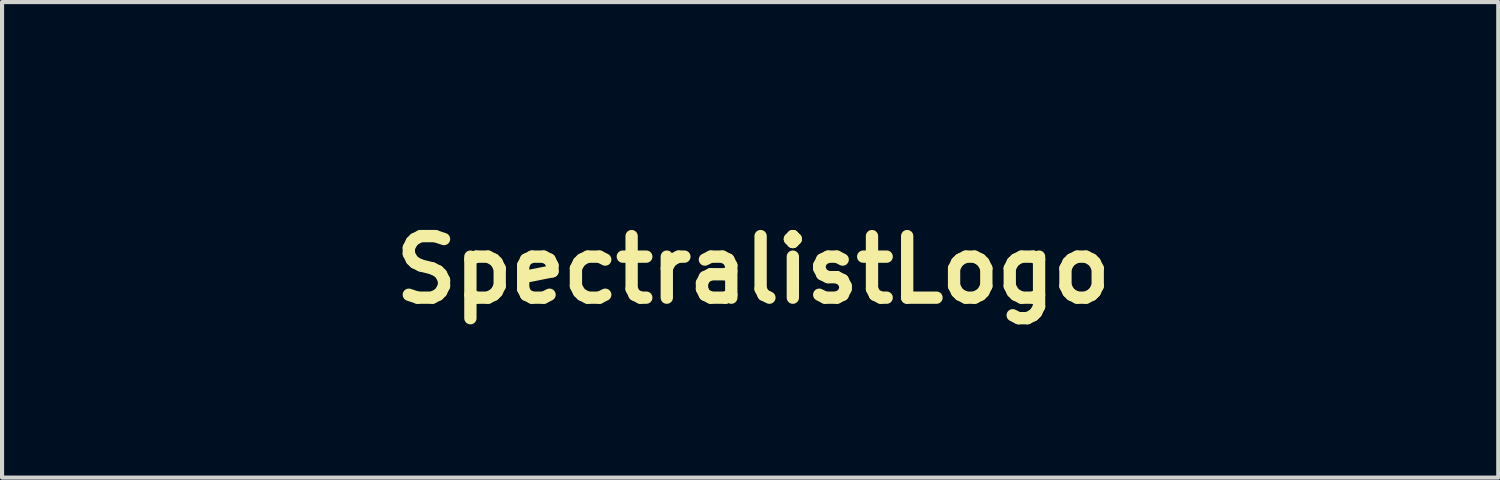
<source format=kicad_pcb>
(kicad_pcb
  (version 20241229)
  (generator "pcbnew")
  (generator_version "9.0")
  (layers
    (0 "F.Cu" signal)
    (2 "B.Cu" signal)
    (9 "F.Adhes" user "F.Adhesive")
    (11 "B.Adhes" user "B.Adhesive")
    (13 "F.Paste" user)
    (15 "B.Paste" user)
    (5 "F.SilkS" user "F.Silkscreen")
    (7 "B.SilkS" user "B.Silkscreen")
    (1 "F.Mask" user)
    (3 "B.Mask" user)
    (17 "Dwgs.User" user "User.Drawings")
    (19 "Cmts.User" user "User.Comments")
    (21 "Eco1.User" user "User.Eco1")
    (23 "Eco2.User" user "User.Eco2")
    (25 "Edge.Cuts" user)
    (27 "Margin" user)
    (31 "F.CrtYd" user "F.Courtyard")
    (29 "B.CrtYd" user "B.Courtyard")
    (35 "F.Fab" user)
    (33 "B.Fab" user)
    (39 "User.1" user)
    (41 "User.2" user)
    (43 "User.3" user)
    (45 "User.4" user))
  (footprint "SpectralistLogo"
    (layer "F.Cu")
    (at 15.305 3.525)
    (property "Reference" "SpectralistLogo" (at 0 0 0) (layer "F.SilkS") (effects (font (size 1.5 1.5) (thickness 0.3))))
    (attr board_only exclude_from_pos_files exclude_from_bom)
    (fp_poly (pts (xy 8.512 -2.705) (xy 8.826 -2.66) (xy 9.167 -2.604) (xy 9.481 -2.545) (xy 9.716 -2.493) (xy 9.812 -2.46) (xy 9.82 -2.355) (xy 9.781 -2.106) (xy 9.706 -1.749) (xy 9.604 -1.317) (xy 9.483 -0.848) (xy 9.354 -0.376) (xy 9.226 0.063) (xy 9.109 0.434) (xy 9.011 0.703) (xy 8.942 0.833) (xy 8.929 0.839) (xy 8.786 0.815) (xy 8.526 0.763) (xy 8.309 0.718) (xy 8.007 0.642) (xy 7.853 0.564) (xy 7.807 0.461) (xy 7.809 0.422) (xy 7.874 -0.21) (xy 7.94 -0.829) (xy 8.004 -1.405) (xy 8.063 -1.911) (xy 8.112 -2.319) (xy 8.15 -2.599) (xy 8.172 -2.723) (xy 8.174 -2.727) (xy 8.277 -2.73)) (stroke (width 0) (type solid)) (fill yes) (layer "F.Mask"))
    (fp_poly (pts (xy -1.322 -3.047) (xy -1.337 -2.713) (xy -1.375 -2.401) (xy -1.381 -2.372) (xy -1.452 -2.163) (xy -1.589 -2.085) (xy -1.711 -2.077) (xy -1.983 -2.077) (xy -1.983 -1.039) (xy -1.983 0) (xy -2.537 0) (xy -3.092 0) (xy -3.154 -0.59) (xy -3.211 -1.127) (xy -3.257 -1.505) (xy -3.302 -1.751) (xy -3.356 -1.894) (xy -3.427 -1.961) (xy -3.527 -1.982) (xy -3.632 -1.983) (xy -3.795 -1.99) (xy -3.895 -2.04) (xy -3.958 -2.174) (xy -4.012 -2.433) (xy -4.043 -2.616) (xy -4.09 -2.939) (xy -4.115 -3.179) (xy -4.11 -3.286) (xy -4.11 -3.286) (xy -4.007 -3.303) (xy -3.75 -3.324) (xy -3.373 -3.346) (xy -2.91 -3.367) (xy -2.697 -3.376) (xy -1.322 -3.427)) (stroke (width 0) (type solid)) (fill yes) (layer "F.Mask"))
    (fp_poly (pts (xy -4.29 -2.58) (xy -4.188 -1.903) (xy -4.525 -1.841) (xy -4.881 -1.708) (xy -5.139 -1.483) (xy -5.28 -1.206) (xy -5.285 -0.914) (xy -5.136 -0.649) (xy -5.105 -0.619) (xy -4.874 -0.505) (xy -4.563 -0.455) (xy -4.268 -0.477) (xy -4.146 -0.525) (xy -4.077 -0.526) (xy -4.069 -0.386) (xy -4.089 -0.239) (xy -4.137 0.003) (xy -4.184 0.151) (xy -4.193 0.164) (xy -4.304 0.194) (xy -4.548 0.226) (xy -4.834 0.25) (xy -5.264 0.256) (xy -5.597 0.196) (xy -5.811 0.112) (xy -6.271 -0.192) (xy -6.604 -0.591) (xy -6.81 -1.053) (xy -6.886 -1.543) (xy -6.83 -2.029) (xy -6.641 -2.477) (xy -6.318 -2.855) (xy -5.978 -3.076) (xy -5.53 -3.212) (xy -5.005 -3.255) (xy -4.392 -3.258)) (stroke (width 0) (type solid)) (fill yes) (layer "F.Mask"))
    (fp_poly (pts (xy -13.137 -1.124) (xy -13.018 -0.769) (xy -12.959 -0.554) (xy -12.959 -0.439) (xy -13.015 -0.384) (xy -13.124 -0.35) (xy -13.328 -0.237) (xy -13.36 -0.048) (xy -13.221 0.218) (xy -13.088 0.379) (xy -12.83 0.768) (xy -12.748 1.15) (xy -12.838 1.5) (xy -13.094 1.791) (xy -13.37 1.946) (xy -13.746 2.063) (xy -14.017 2.046) (xy -14.216 1.888) (xy -14.277 1.793) (xy -14.377 1.604) (xy -14.379 1.526) (xy -14.283 1.511) (xy -14.275 1.511) (xy -14.053 1.456) (xy -13.859 1.323) (xy -13.753 1.164) (xy -13.754 1.079) (xy -13.864 0.97) (xy -14.097 0.821) (xy -14.403 0.666) (xy -14.732 0.493) (xy -15.006 0.304) (xy -15.156 0.154) (xy -15.285 -0.185) (xy -15.305 -0.579) (xy -15.211 -0.927) (xy -15.208 -0.933) (xy -15.03 -1.123) (xy -14.721 -1.319) (xy -14.339 -1.494) (xy -13.938 -1.62) (xy -13.771 -1.652) (xy -13.337 -1.718)) (stroke (width 0) (type solid)) (fill yes) (layer "F.Mask"))
    (fp_poly (pts (xy 5.905 -3.1) (xy 6.198 -3.066) (xy 6.525 -3.021) (xy 6.829 -2.973) (xy 7.052 -2.93) (xy 7.136 -2.904) (xy 7.133 -2.804) (xy 7.099 -2.553) (xy 7.04 -2.187) (xy 6.961 -1.74) (xy 6.937 -1.609) (xy 6.851 -1.136) (xy 6.78 -0.724) (xy 6.729 -0.412) (xy 6.705 -0.238) (xy 6.704 -0.221) (xy 6.789 -0.129) (xy 7.049 -0.095) (xy 7.088 -0.094) (xy 7.329 -0.085) (xy 7.425 -0.037) (xy 7.419 0.077) (xy 7.407 0.118) (xy 7.345 0.298) (xy 7.267 0.411) (xy 7.136 0.466) (xy 6.916 0.471) (xy 6.57 0.434) (xy 6.251 0.391) (xy 5.791 0.32) (xy 5.498 0.257) (xy 5.35 0.195) (xy 5.326 0.132) (xy 5.345 -0.000089) (xy 5.37 -0.287) (xy 5.396 -0.693) (xy 5.422 -1.185) (xy 5.439 -1.554) (xy 5.464 -2.129) (xy 5.487 -2.543) (xy 5.512 -2.821) (xy 5.544 -2.991) (xy 5.586 -3.078) (xy 5.644 -3.11) (xy 5.703 -3.114)) (stroke (width 0) (type solid)) (fill yes) (layer "F.Mask"))
    (fp_poly (pts (xy 11.229 -2.241) (xy 11.776 -2.114) (xy 12.041 -2.021) (xy 12.22 -1.952) (xy 12.261 -1.931) (xy 12.262 -1.83) (xy 12.234 -1.594) (xy 12.182 -1.271) (xy 12.177 -1.245) (xy 12.113 -0.903) (xy 12.056 -0.708) (xy 11.98 -0.62) (xy 11.861 -0.599) (xy 11.766 -0.601) (xy 11.472 -0.614) (xy 11.505 0.104) (xy 11.518 0.472) (xy 11.506 0.704) (xy 11.457 0.849) (xy 11.358 0.961) (xy 11.28 1.025) (xy 11.006 1.158) (xy 10.654 1.225) (xy 10.303 1.219) (xy 10.029 1.136) (xy 9.99 1.109) (xy 9.871 0.935) (xy 9.8 0.692) (xy 9.785 0.501) (xy 9.841 0.419) (xy 10.016 0.404) (xy 10.141 0.409) (xy 10.416 0.388) (xy 10.541 0.288) (xy 10.517 0.097) (xy 10.344 -0.196) (xy 10.204 -0.381) (xy 9.975 -0.701) (xy 9.856 -0.958) (xy 9.82 -1.217) (xy 9.82 -1.242) (xy 9.866 -1.646) (xy 10.02 -1.927) (xy 10.29 -2.124) (xy 10.713 -2.246)) (stroke (width 0) (type solid)) (fill yes) (layer "F.Mask"))
    (fp_poly (pts (xy 12.78 -1.769) (xy 13.067 -1.701) (xy 13.457 -1.599) (xy 13.911 -1.474) (xy 14.002 -1.449) (xy 14.509 -1.305) (xy 14.856 -1.193) (xy 15.064 -1.089) (xy 15.153 -0.964) (xy 15.143 -0.793) (xy 15.054 -0.55) (xy 14.925 -0.25) (xy 14.808 0.003) (xy 14.712 0.118) (xy 14.585 0.129) (xy 14.448 0.095) (xy 14.325 0.057) (xy 14.236 0.045) (xy 14.163 0.085) (xy 14.09 0.203) (xy 13.999 0.425) (xy 13.872 0.778) (xy 13.738 1.157) (xy 13.592 1.542) (xy 13.464 1.772) (xy 13.315 1.871) (xy 13.104 1.865) (xy 12.794 1.778) (xy 12.771 1.771) (xy 12.614 1.711) (xy 12.518 1.63) (xy 12.48 1.494) (xy 12.496 1.27) (xy 12.564 0.925) (xy 12.66 0.513) (xy 12.754 0.078) (xy 12.787 -0.206) (xy 12.75 -0.372) (xy 12.638 -0.45) (xy 12.443 -0.471) (xy 12.44 -0.471) (xy 12.347 -0.474) (xy 12.297 -0.508) (xy 12.287 -0.612) (xy 12.315 -0.823) (xy 12.377 -1.181) (xy 12.379 -1.196) (xy 12.454 -1.545) (xy 12.533 -1.734) (xy 12.631 -1.794) (xy 12.636 -1.794)) (stroke (width 0) (type solid)) (fill yes) (layer "F.Mask"))
    (fp_poly (pts (xy -10.765 -2.135) (xy -10.372 -2.01) (xy -10.089 -1.772) (xy -9.883 -1.396) (xy -9.774 -1.067) (xy -9.76 -0.697) (xy -9.891 -0.304) (xy -10.137 0.061) (xy -10.469 0.349) (xy -10.698 0.465) (xy -10.874 0.555) (xy -10.927 0.686) (xy -10.902 0.883) (xy -10.876 1.074) (xy -10.916 1.182) (xy -11.065 1.252) (xy -11.299 1.313) (xy -11.6 1.388) (xy -11.841 1.451) (xy -11.912 1.471) (xy -11.979 1.459) (xy -12.054 1.37) (xy -12.148 1.183) (xy -12.27 0.877) (xy -12.428 0.43) (xy -12.608 -0.102) (xy -12.804 -0.697) (xy -12.852 -0.855) (xy -11.312 -0.855) (xy -11.297 -0.786) (xy -11.236 -0.563) (xy -11.182 -0.349) (xy -11.089 -0.141) (xy -10.974 -0.097) (xy -10.871 -0.201) (xy -10.814 -0.439) (xy -10.812 -0.521) (xy -10.825 -0.765) (xy -10.892 -0.88) (xy -11.05 -0.924) (xy -11.08 -0.928) (xy -11.266 -0.93) (xy -11.312 -0.855) (xy -12.852 -0.855) (xy -12.94 -1.138) (xy -13.023 -1.447) (xy -13.058 -1.647) (xy -13.051 -1.761) (xy -13.018 -1.805) (xy -12.71 -1.944) (xy -12.278 -2.061) (xy -11.788 -2.142) (xy -11.304 -2.172) (xy -11.301 -2.172)) (stroke (width 0) (type solid)) (fill yes) (layer "F.Mask"))
    (fp_poly (pts (xy -7.416 -2.91) (xy -7.395 -2.808) (xy -7.364 -2.568) (xy -7.329 -2.238) (xy -7.324 -2.195) (xy -7.259 -1.511) (xy -7.627 -1.511) (xy -7.914 -1.496) (xy -8.049 -1.436) (xy -8.07 -1.306) (xy -8.05 -1.216) (xy -7.991 -1.096) (xy -7.862 -1.061) (xy -7.636 -1.088) (xy -7.271 -1.15) (xy -7.271 -0.811) (xy -7.284 -0.586) (xy -7.362 -0.492) (xy -7.561 -0.472) (xy -7.601 -0.472) (xy -7.85 -0.433) (xy -7.931 -0.313) (xy -7.855 -0.12) (xy -7.752 -0.054) (xy -7.547 -0.072) (xy -7.423 -0.104) (xy -7.186 -0.157) (xy -7.04 -0.169) (xy -7.025 -0.164) (xy -7.014 -0.054) (xy -7.042 0.157) (xy -7.044 0.164) (xy -7.08 0.302) (xy -7.148 0.396) (xy -7.285 0.465) (xy -7.532 0.527) (xy -7.925 0.602) (xy -7.931 0.604) (xy -8.319 0.672) (xy -8.646 0.724) (xy -8.859 0.753) (xy -8.902 0.755) (xy -8.97 0.7) (xy -9.054 0.524) (xy -9.159 0.211) (xy -9.29 -0.256) (xy -9.443 -0.853) (xy -9.571 -1.376) (xy -9.678 -1.833) (xy -9.756 -2.192) (xy -9.8 -2.425) (xy -9.806 -2.501) (xy -9.703 -2.532) (xy -9.459 -2.584) (xy -9.117 -2.649) (xy -8.721 -2.719) (xy -8.313 -2.788) (xy -7.937 -2.849) (xy -7.635 -2.892) (xy -7.451 -2.912)) (stroke (width 0) (type solid)) (fill yes) (layer "F.Mask"))
    (fp_poly (pts (xy 0.782 -3.498) (xy 1.333 -3.405) (xy 1.74 -3.24) (xy 2.02 -2.998) (xy 2.118 -2.846) (xy 2.235 -2.472) (xy 2.243 -2.068) (xy 2.153 -1.686) (xy 1.979 -1.377) (xy 1.732 -1.192) (xy 1.706 -1.182) (xy 1.55 -1.099) (xy 1.511 -1.036) (xy 1.569 -0.917) (xy 1.713 -0.727) (xy 1.892 -0.521) (xy 2.059 -0.354) (xy 2.165 -0.283) (xy 2.167 -0.283) (xy 2.217 -0.371) (xy 2.311 -0.62) (xy 2.341 -0.712) (xy 3.045 -0.712) (xy 3.136 -0.666) (xy 3.347 -0.661) (xy 3.563 -0.67) (xy 3.63 -0.735) (xy 3.589 -0.91) (xy 3.57 -0.968) (xy 3.456 -1.255) (xy 3.357 -1.36) (xy 3.258 -1.29) (xy 3.165 -1.106) (xy 3.061 -0.844) (xy 3.045 -0.712) (xy 2.341 -0.712) (xy 2.441 -1.011) (xy 2.603 -1.522) (xy 2.788 -2.134) (xy 2.992 -2.827) (xy 3.082 -3.14) (xy 3.14 -3.23) (xy 3.278 -3.281) (xy 3.537 -3.301) (xy 3.76 -3.303) (xy 4.097 -3.293) (xy 4.364 -3.267) (xy 4.496 -3.233) (xy 4.546 -3.119) (xy 4.612 -2.853) (xy 4.688 -2.468) (xy 4.767 -1.999) (xy 4.805 -1.747) (xy 4.88 -1.228) (xy 4.948 -0.757) (xy 5.005 -0.373) (xy 5.044 -0.117) (xy 5.054 -0.058) (xy 5.099 0.215) (xy 4.48 0.165) (xy 4.089 0.116) (xy 3.848 0.038) (xy 3.733 -0.059) (xy 3.633 -0.173) (xy 3.538 -0.163) (xy 3.394 -0.046) (xy 3.227 0.064) (xy 3.146 0.037) (xy 3.063 -0.118) (xy 2.974 -0.246) (xy 2.872 -0.366) (xy 2.84 -0.323) (xy 2.836 -0.212) (xy 2.803 -0.066) (xy 2.672 -0.008) (xy 2.51 0) (xy 2.283 -0.028) (xy 2.157 -0.097) (xy 2.152 -0.107) (xy 2.052 -0.145) (xy 1.81 -0.076) (xy 1.673 -0.019) (xy 1.231 0.177) (xy 0.924 -0.25) (xy 0.618 -0.677) (xy 0.542 -0.386) (xy 0.493 -0.228) (xy 0.416 -0.141) (xy 0.262 -0.103) (xy -0.017 -0.095) (xy -0.136 -0.094) (xy -0.739 -0.094) (xy -0.798 -0.826) (xy -0.834 -1.265) (xy -0.878 -1.799) (xy -0.881 -1.832) (xy 0.567 -1.832) (xy 0.576 -1.57) (xy 0.62 -1.45) (xy 0.722 -1.428) (xy 0.769 -1.433) (xy 0.983 -1.531) (xy 1.076 -1.629) (xy 1.119 -1.848) (xy 0.998 -2.051) (xy 0.774 -2.183) (xy 0.647 -2.215) (xy 0.586 -2.16) (xy 0.568 -1.976) (xy 0.567 -1.832) (xy -0.881 -1.832) (xy -0.923 -2.333) (xy -0.937 -2.502) (xy -0.968 -2.903) (xy -0.987 -3.227) (xy -0.991 -3.432) (xy -0.984 -3.483) (xy -0.882 -3.498) (xy -0.631 -3.511) (xy -0.271 -3.521) (xy 0.068 -3.525)) (stroke (width 0) (type solid)) (fill yes) (layer "F.Mask")))
  (gr_rect
    (start -3 -3)
    (end 33.458 8.588)
    (stroke (width 0.1) (type default))
    (fill no)
    (layer "Edge.Cuts")))
</source>
